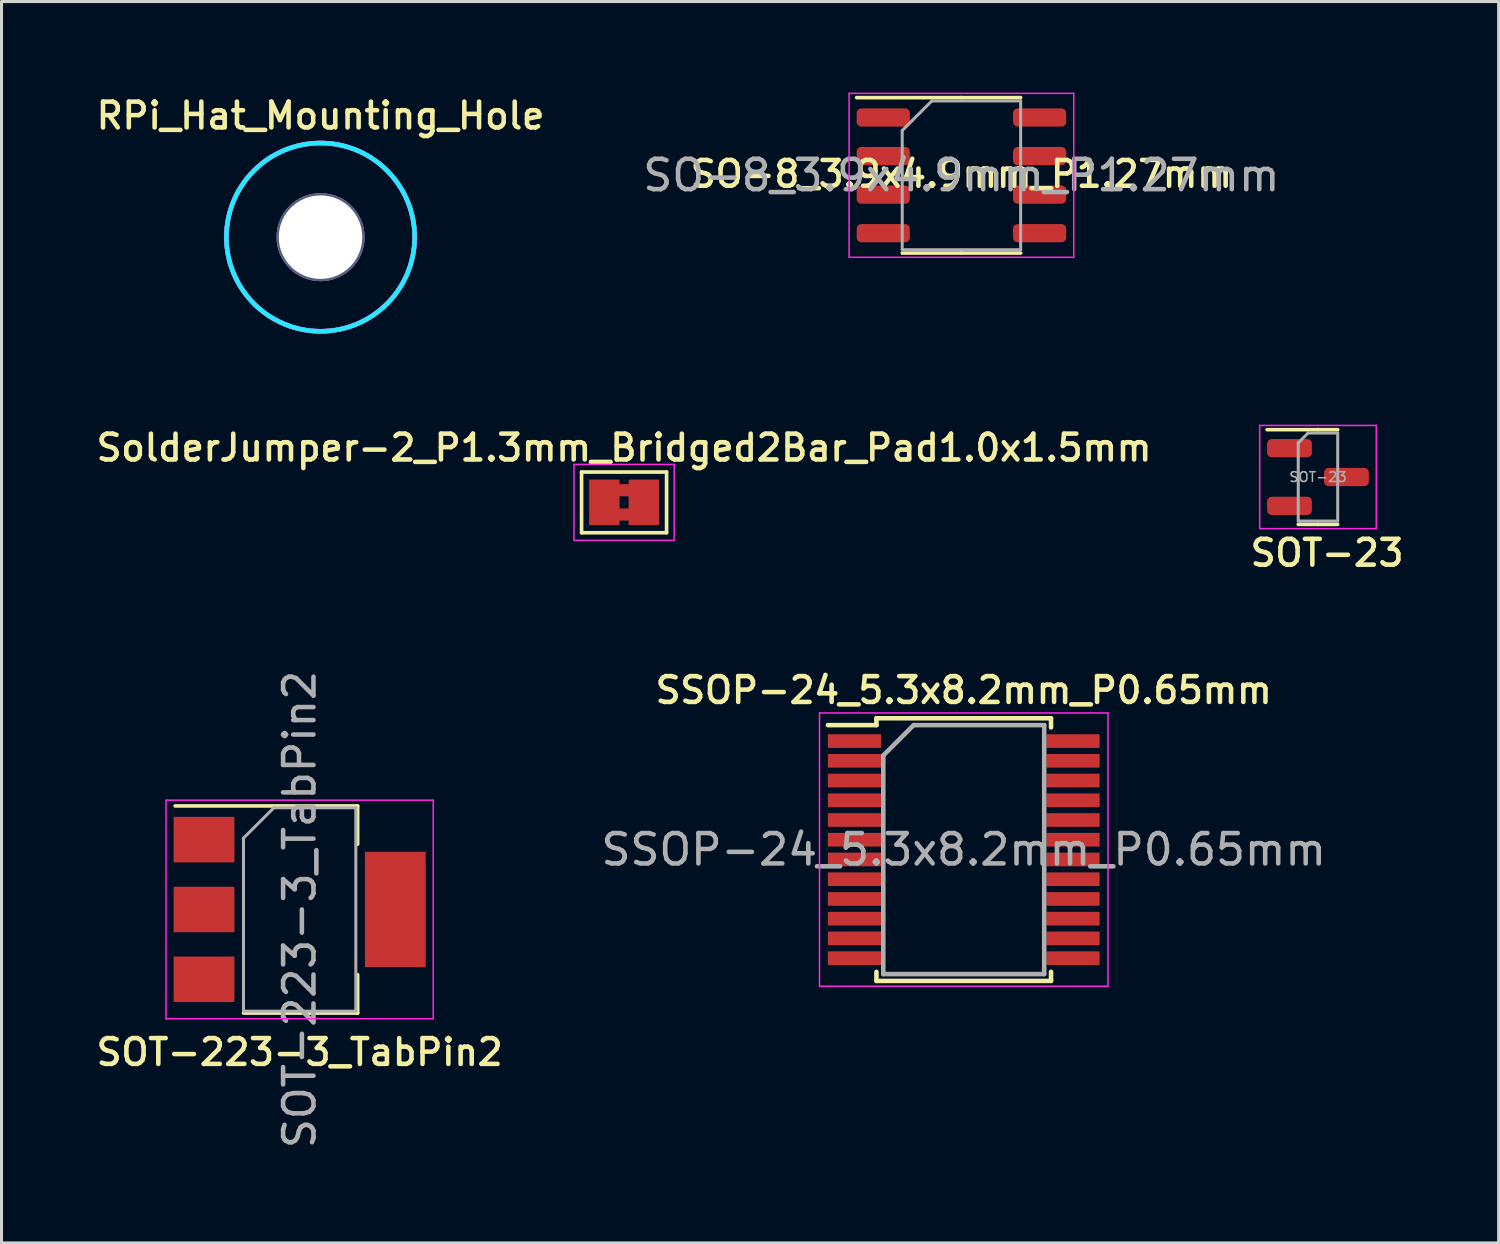
<source format=kicad_pcb>
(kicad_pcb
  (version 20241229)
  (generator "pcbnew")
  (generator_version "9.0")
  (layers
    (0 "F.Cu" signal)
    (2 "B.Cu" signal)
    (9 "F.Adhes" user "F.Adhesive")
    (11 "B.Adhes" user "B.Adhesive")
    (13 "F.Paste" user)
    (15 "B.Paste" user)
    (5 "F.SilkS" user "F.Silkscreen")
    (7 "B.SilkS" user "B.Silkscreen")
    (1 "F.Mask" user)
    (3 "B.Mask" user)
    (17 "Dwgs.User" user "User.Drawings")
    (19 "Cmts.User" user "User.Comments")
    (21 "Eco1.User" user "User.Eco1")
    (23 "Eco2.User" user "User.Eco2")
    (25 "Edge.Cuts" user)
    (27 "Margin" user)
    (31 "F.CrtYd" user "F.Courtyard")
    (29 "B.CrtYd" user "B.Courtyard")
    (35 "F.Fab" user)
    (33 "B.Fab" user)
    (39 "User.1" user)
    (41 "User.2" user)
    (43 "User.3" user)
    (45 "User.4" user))
  (footprint "RPi_Hat_Mounting_Hole"
    (layer "F.Cu")
    (at 7.507 4.761)
    (property "Reference" "RPi_Hat_Mounting_Hole" (at 0 -4 0) (layer "F.SilkS") (effects (font (size 0.85 0.85) (thickness 0.15))))
    (attr through_hole)
    (fp_circle (center 0 0) (end 3.1 0) (stroke (width 0.15) (type solid)) (fill no) (layer "B.CrtYd"))
    (fp_circle (center 0 0) (end 3.1 0) (stroke (width 0.15) (type solid)) (fill no) (layer "F.CrtYd"))
    (fp_circle (center 0 0) (end 1.375 0) (stroke (width 0.15) (type solid)) (fill no) (layer "B.Fab"))
    (fp_circle (center 0 0) (end 3.1 0) (stroke (width 0.15) (type solid)) (fill no) (layer "B.Fab"))
    (fp_circle (center 0 0) (end 1.375 0) (stroke (width 0.15) (type solid)) (fill no) (layer "F.Fab"))
    (fp_circle (center 0 0) (end 3.1 0) (stroke (width 0.15) (type solid)) (fill no) (layer "F.Fab"))
    (pad "" np_thru_hole circle (at 0 0) (size 2.75 2.75) (drill 2.75) (layers "*.Cu" "*.Mask")))
  (footprint "SO-8_3.9x4.9mm_P1.27mm"
    (layer "F.Cu")
    (at 28.615 2.725)
    (property "Reference" "SO-8_3.9x4.9mm_P1.27mm" (at 0 -0.043 0) (layer "F.SilkS") (effects (font (size 0.85 0.85) (thickness 0.15))))
    (attr smd)
    (fp_line (start 0 -2.56) (end -3.45 -2.56) (stroke (width 0.12) (type solid)) (layer "F.SilkS"))
    (fp_line (start 0 -2.56) (end 1.95 -2.56) (stroke (width 0.12) (type solid)) (layer "F.SilkS"))
    (fp_line (start 0 2.56) (end -1.95 2.56) (stroke (width 0.12) (type solid)) (layer "F.SilkS"))
    (fp_line (start 0 2.56) (end 1.95 2.56) (stroke (width 0.12) (type solid)) (layer "F.SilkS"))
    (fp_line (start -3.7 -2.7) (end -3.7 2.7) (stroke (width 0.05) (type solid)) (layer "F.CrtYd"))
    (fp_line (start -3.7 2.7) (end 3.7 2.7) (stroke (width 0.05) (type solid)) (layer "F.CrtYd"))
    (fp_line (start 3.7 -2.7) (end -3.7 -2.7) (stroke (width 0.05) (type solid)) (layer "F.CrtYd"))
    (fp_line (start 3.7 2.7) (end 3.7 -2.7) (stroke (width 0.05) (type solid)) (layer "F.CrtYd"))
    (fp_line (start -1.95 -1.475) (end -0.975 -2.45) (stroke (width 0.1) (type solid)) (layer "F.Fab"))
    (fp_line (start -1.95 2.45) (end -1.95 -1.475) (stroke (width 0.1) (type solid)) (layer "F.Fab"))
    (fp_line (start -0.975 -2.45) (end 1.95 -2.45) (stroke (width 0.1) (type solid)) (layer "F.Fab"))
    (fp_line (start 1.95 -2.45) (end 1.95 2.45) (stroke (width 0.1) (type solid)) (layer "F.Fab"))
    (fp_line (start 1.95 2.45) (end -1.95 2.45) (stroke (width 0.1) (type solid)) (layer "F.Fab"))
    (fp_text user "${REFERENCE}" (at 0 0 0) (layer "F.Fab") (effects (font (size 1 1) (thickness 0.15))))
    (pad "1" smd roundrect (at -2.575 -1.905) (size 1.75 0.6) (layers "F.Cu" "F.Mask" "F.Paste") (roundrect_rratio 0.25))
    (pad "2" smd roundrect (at -2.575 -0.635) (size 1.75 0.6) (layers "F.Cu" "F.Mask" "F.Paste") (roundrect_rratio 0.25))
    (pad "3" smd roundrect (at -2.575 0.635) (size 1.75 0.6) (layers "F.Cu" "F.Mask" "F.Paste") (roundrect_rratio 0.25))
    (pad "4" smd roundrect (at -2.575 1.905) (size 1.75 0.6) (layers "F.Cu" "F.Mask" "F.Paste") (roundrect_rratio 0.25))
    (pad "5" smd roundrect (at 2.575 1.905) (size 1.75 0.6) (layers "F.Cu" "F.Mask" "F.Paste") (roundrect_rratio 0.25))
    (pad "6" smd roundrect (at 2.575 0.635) (size 1.75 0.6) (layers "F.Cu" "F.Mask" "F.Paste") (roundrect_rratio 0.25))
    (pad "7" smd roundrect (at 2.575 -0.635) (size 1.75 0.6) (layers "F.Cu" "F.Mask" "F.Paste") (roundrect_rratio 0.25))
    (pad "8" smd roundrect (at 2.575 -1.905) (size 1.75 0.6) (layers "F.Cu" "F.Mask" "F.Paste") (roundrect_rratio 0.25)))
  (footprint "SSOP-24_5.3x8.2mm_P0.65mm"
    (layer "F.Cu")
    (at 28.691 24.932)
    (property "Reference" "SSOP-24_5.3x8.2mm_P0.65mm" (at 0 -5.25 0) (layer "F.SilkS") (effects (font (size 0.85 0.85) (thickness 0.15))))
    (attr smd)
    (fp_line (start -2.875 -4.325) (end -2.875 -4.1) (stroke (width 0.15) (type solid)) (layer "F.SilkS"))
    (fp_line (start -2.875 -4.325) (end 2.875 -4.325) (stroke (width 0.15) (type solid)) (layer "F.SilkS"))
    (fp_line (start -2.875 -4.1) (end -4.475 -4.1) (stroke (width 0.15) (type solid)) (layer "F.SilkS"))
    (fp_line (start -2.875 4.325) (end -2.875 4.025) (stroke (width 0.15) (type solid)) (layer "F.SilkS"))
    (fp_line (start -2.875 4.325) (end 2.875 4.325) (stroke (width 0.15) (type solid)) (layer "F.SilkS"))
    (fp_line (start 2.875 -4.325) (end 2.875 -4.025) (stroke (width 0.15) (type solid)) (layer "F.SilkS"))
    (fp_line (start 2.875 4.325) (end 2.875 4.025) (stroke (width 0.15) (type solid)) (layer "F.SilkS"))
    (fp_line (start -4.75 -4.5) (end -4.75 4.5) (stroke (width 0.05) (type solid)) (layer "F.CrtYd"))
    (fp_line (start -4.75 -4.5) (end 4.75 -4.5) (stroke (width 0.05) (type solid)) (layer "F.CrtYd"))
    (fp_line (start -4.75 4.5) (end 4.75 4.5) (stroke (width 0.05) (type solid)) (layer "F.CrtYd"))
    (fp_line (start 4.75 -4.5) (end 4.75 4.5) (stroke (width 0.05) (type solid)) (layer "F.CrtYd"))
    (fp_line (start -2.65 -3.1) (end -1.65 -4.1) (stroke (width 0.15) (type solid)) (layer "F.Fab"))
    (fp_line (start -2.65 4.1) (end -2.65 -3.1) (stroke (width 0.15) (type solid)) (layer "F.Fab"))
    (fp_line (start -1.65 -4.1) (end 2.65 -4.1) (stroke (width 0.15) (type solid)) (layer "F.Fab"))
    (fp_line (start 2.65 -4.1) (end 2.65 4.1) (stroke (width 0.15) (type solid)) (layer "F.Fab"))
    (fp_line (start 2.65 4.1) (end -2.65 4.1) (stroke (width 0.15) (type solid)) (layer "F.Fab"))
    (fp_text user "${REFERENCE}" (at 0 0 0) (layer "F.Fab") (effects (font (size 1 1) (thickness 0.15))))
    (pad "1" smd rect (at -3.6 -3.575) (size 1.75 0.45) (layers "F.Cu" "F.Mask" "F.Paste"))
    (pad "2" smd rect (at -3.6 -2.925) (size 1.75 0.45) (layers "F.Cu" "F.Mask" "F.Paste"))
    (pad "3" smd rect (at -3.6 -2.275) (size 1.75 0.45) (layers "F.Cu" "F.Mask" "F.Paste"))
    (pad "4" smd rect (at -3.6 -1.625) (size 1.75 0.45) (layers "F.Cu" "F.Mask" "F.Paste"))
    (pad "5" smd rect (at -3.6 -0.975) (size 1.75 0.45) (layers "F.Cu" "F.Mask" "F.Paste"))
    (pad "6" smd rect (at -3.6 -0.325) (size 1.75 0.45) (layers "F.Cu" "F.Mask" "F.Paste"))
    (pad "7" smd rect (at -3.6 0.325) (size 1.75 0.45) (layers "F.Cu" "F.Mask" "F.Paste"))
    (pad "8" smd rect (at -3.6 0.975) (size 1.75 0.45) (layers "F.Cu" "F.Mask" "F.Paste"))
    (pad "9" smd rect (at -3.6 1.625) (size 1.75 0.45) (layers "F.Cu" "F.Mask" "F.Paste"))
    (pad "10" smd rect (at -3.6 2.275) (size 1.75 0.45) (layers "F.Cu" "F.Mask" "F.Paste"))
    (pad "11" smd rect (at -3.6 2.925) (size 1.75 0.45) (layers "F.Cu" "F.Mask" "F.Paste"))
    (pad "12" smd rect (at -3.6 3.575) (size 1.75 0.45) (layers "F.Cu" "F.Mask" "F.Paste"))
    (pad "13" smd rect (at 3.6 3.575) (size 1.75 0.45) (layers "F.Cu" "F.Mask" "F.Paste"))
    (pad "14" smd rect (at 3.6 2.925) (size 1.75 0.45) (layers "F.Cu" "F.Mask" "F.Paste"))
    (pad "15" smd rect (at 3.6 2.275) (size 1.75 0.45) (layers "F.Cu" "F.Mask" "F.Paste"))
    (pad "16" smd rect (at 3.6 1.625) (size 1.75 0.45) (layers "F.Cu" "F.Mask" "F.Paste"))
    (pad "17" smd rect (at 3.6 0.975) (size 1.75 0.45) (layers "F.Cu" "F.Mask" "F.Paste"))
    (pad "18" smd rect (at 3.6 0.325) (size 1.75 0.45) (layers "F.Cu" "F.Mask" "F.Paste"))
    (pad "19" smd rect (at 3.6 -0.325) (size 1.75 0.45) (layers "F.Cu" "F.Mask" "F.Paste"))
    (pad "20" smd rect (at 3.6 -0.975) (size 1.75 0.45) (layers "F.Cu" "F.Mask" "F.Paste"))
    (pad "21" smd rect (at 3.6 -1.625) (size 1.75 0.45) (layers "F.Cu" "F.Mask" "F.Paste"))
    (pad "22" smd rect (at 3.6 -2.275) (size 1.75 0.45) (layers "F.Cu" "F.Mask" "F.Paste"))
    (pad "23" smd rect (at 3.6 -2.925) (size 1.75 0.45) (layers "F.Cu" "F.Mask" "F.Paste"))
    (pad "24" smd rect (at 3.6 -3.575) (size 1.75 0.45) (layers "F.Cu" "F.Mask" "F.Paste")))
  (footprint "SOT-23"
    (layer "F.Cu")
    (at 40.358 12.661)
    (property "Reference" "SOT-23" (at 0.3 2.5 0) (layer "F.SilkS") (effects (font (size 0.85 0.85) (thickness 0.15))))
    (attr smd)
    (fp_line (start 0 -1.56) (end -1.675 -1.56) (stroke (width 0.12) (type solid)) (layer "F.SilkS"))
    (fp_line (start 0 -1.56) (end 0.65 -1.56) (stroke (width 0.12) (type solid)) (layer "F.SilkS"))
    (fp_line (start 0 1.56) (end -0.65 1.56) (stroke (width 0.12) (type solid)) (layer "F.SilkS"))
    (fp_line (start 0 1.56) (end 0.65 1.56) (stroke (width 0.12) (type solid)) (layer "F.SilkS"))
    (fp_line (start -1.92 -1.7) (end -1.92 1.7) (stroke (width 0.05) (type solid)) (layer "F.CrtYd"))
    (fp_line (start -1.92 1.7) (end 1.92 1.7) (stroke (width 0.05) (type solid)) (layer "F.CrtYd"))
    (fp_line (start 1.92 -1.7) (end -1.92 -1.7) (stroke (width 0.05) (type solid)) (layer "F.CrtYd"))
    (fp_line (start 1.92 1.7) (end 1.92 -1.7) (stroke (width 0.05) (type solid)) (layer "F.CrtYd"))
    (fp_line (start -0.65 -1.125) (end -0.325 -1.45) (stroke (width 0.1) (type solid)) (layer "F.Fab"))
    (fp_line (start -0.65 1.45) (end -0.65 -1.125) (stroke (width 0.1) (type solid)) (layer "F.Fab"))
    (fp_line (start -0.325 -1.45) (end 0.65 -1.45) (stroke (width 0.1) (type solid)) (layer "F.Fab"))
    (fp_line (start 0.65 -1.45) (end 0.65 1.45) (stroke (width 0.1) (type solid)) (layer "F.Fab"))
    (fp_line (start 0.65 1.45) (end -0.65 1.45) (stroke (width 0.1) (type solid)) (layer "F.Fab"))
    (fp_text user "${REFERENCE}" (at 0 0 0) (layer "F.Fab") (effects (font (size 0.32 0.32) (thickness 0.05))))
    (pad "1" smd roundrect (at -0.938 -0.95 180) (size 1.475 0.6) (layers "F.Cu" "F.Mask" "F.Paste") (roundrect_rratio 0.25))
    (pad "2" smd roundrect (at -0.938 0.95 180) (size 1.475 0.6) (layers "F.Cu" "F.Mask" "F.Paste") (roundrect_rratio 0.25))
    (pad "3" smd roundrect (at 0.938 0 180) (size 1.475 0.6) (layers "F.Cu" "F.Mask" "F.Paste") (roundrect_rratio 0.25)))
  (footprint "SOT-223-3_TabPin2"
    (layer "F.Cu")
    (at 6.819 26.904)
    (property "Reference" "SOT-223-3_TabPin2" (at 0 4.7 0) (layer "F.SilkS") (effects (font (size 0.85 0.85) (thickness 0.15))))
    (attr smd)
    (fp_line (start -4.1 -3.41) (end 1.91 -3.41) (stroke (width 0.12) (type solid)) (layer "F.SilkS"))
    (fp_line (start -1.85 3.41) (end 1.91 3.41) (stroke (width 0.12) (type solid)) (layer "F.SilkS"))
    (fp_line (start 1.91 -3.41) (end 1.91 -2.15) (stroke (width 0.12) (type solid)) (layer "F.SilkS"))
    (fp_line (start 1.91 3.41) (end 1.91 2.15) (stroke (width 0.12) (type solid)) (layer "F.SilkS"))
    (fp_line (start -4.4 -3.6) (end -4.4 3.6) (stroke (width 0.05) (type solid)) (layer "F.CrtYd"))
    (fp_line (start -4.4 3.6) (end 4.4 3.6) (stroke (width 0.05) (type solid)) (layer "F.CrtYd"))
    (fp_line (start 4.4 -3.6) (end -4.4 -3.6) (stroke (width 0.05) (type solid)) (layer "F.CrtYd"))
    (fp_line (start 4.4 3.6) (end 4.4 -3.6) (stroke (width 0.05) (type solid)) (layer "F.CrtYd"))
    (fp_line (start -1.85 -2.35) (end -1.85 3.35) (stroke (width 0.1) (type solid)) (layer "F.Fab"))
    (fp_line (start -1.85 -2.35) (end -0.85 -3.35) (stroke (width 0.1) (type solid)) (layer "F.Fab"))
    (fp_line (start -1.85 3.35) (end 1.85 3.35) (stroke (width 0.1) (type solid)) (layer "F.Fab"))
    (fp_line (start -0.85 -3.35) (end 1.85 -3.35) (stroke (width 0.1) (type solid)) (layer "F.Fab"))
    (fp_line (start 1.85 -3.35) (end 1.85 3.35) (stroke (width 0.1) (type solid)) (layer "F.Fab"))
    (fp_text user "${REFERENCE}" (at 0 0 90) (unlocked yes) (layer "F.Fab") (effects (font (size 1 1) (thickness 0.15))))
    (pad "1" smd rect (at -3.15 -2.3 180) (size 2 1.5) (layers "F.Cu" "F.Mask" "F.Paste"))
    (pad "2" smd rect (at -3.15 0 180) (size 2 1.5) (layers "F.Cu" "F.Mask" "F.Paste"))
    (pad "2" smd rect (at 3.15 0 180) (size 2 3.8) (layers "F.Cu" "F.Mask" "F.Paste"))
    (pad "3" smd rect (at -3.15 2.3 180) (size 2 1.5) (layers "F.Cu" "F.Mask" "F.Paste")))
  (footprint "SolderJumper-2_P1.3mm_Bridged2Bar_Pad1.0x1.5mm"
    (layer "F.Cu")
    (at 17.504 13.496)
    (property "Reference" "SolderJumper-2_P1.3mm_Bridged2Bar_Pad1.0x1.5mm" (at 0 -1.8 0) (layer "F.SilkS") (effects (font (size 0.85 0.85) (thickness 0.15))))
    (attr exclude_from_pos_files)
    (fp_poly (pts (xy -0.25 -0.6) (xy 0.25 -0.6) (xy 0.25 -0.2) (xy -0.25 -0.2)) (stroke (width 0) (type solid)) (fill yes) (layer "F.Cu"))
    (fp_poly (pts (xy -0.25 0.2) (xy 0.25 0.2) (xy 0.25 0.6) (xy -0.25 0.6)) (stroke (width 0) (type solid)) (fill yes) (layer "F.Cu"))
    (fp_line (start -1.4 -1) (end 1.4 -1) (stroke (width 0.12) (type solid)) (layer "F.SilkS"))
    (fp_line (start -1.4 1) (end -1.4 -1) (stroke (width 0.12) (type solid)) (layer "F.SilkS"))
    (fp_line (start 1.4 -1) (end 1.4 1) (stroke (width 0.12) (type solid)) (layer "F.SilkS"))
    (fp_line (start 1.4 1) (end -1.4 1) (stroke (width 0.12) (type solid)) (layer "F.SilkS"))
    (fp_line (start -1.65 -1.25) (end -1.65 1.25) (stroke (width 0.05) (type solid)) (layer "F.CrtYd"))
    (fp_line (start -1.65 -1.25) (end 1.65 -1.25) (stroke (width 0.05) (type solid)) (layer "F.CrtYd"))
    (fp_line (start 1.65 1.25) (end -1.65 1.25) (stroke (width 0.05) (type solid)) (layer "F.CrtYd"))
    (fp_line (start 1.65 1.25) (end 1.65 -1.25) (stroke (width 0.05) (type solid)) (layer "F.CrtYd"))
    (pad "1" smd rect (at -0.65 0 180) (size 1 1.5) (layers "F.Cu" "F.Mask"))
    (pad "2" smd rect (at 0.65 0 180) (size 1 1.5) (layers "F.Cu" "F.Mask")))
  (gr_rect
    (start -3 -3)
    (end 46.308 37.886)
    (stroke (width 0.1) (type default))
    (fill no)
    (layer "Edge.Cuts")))
</source>
